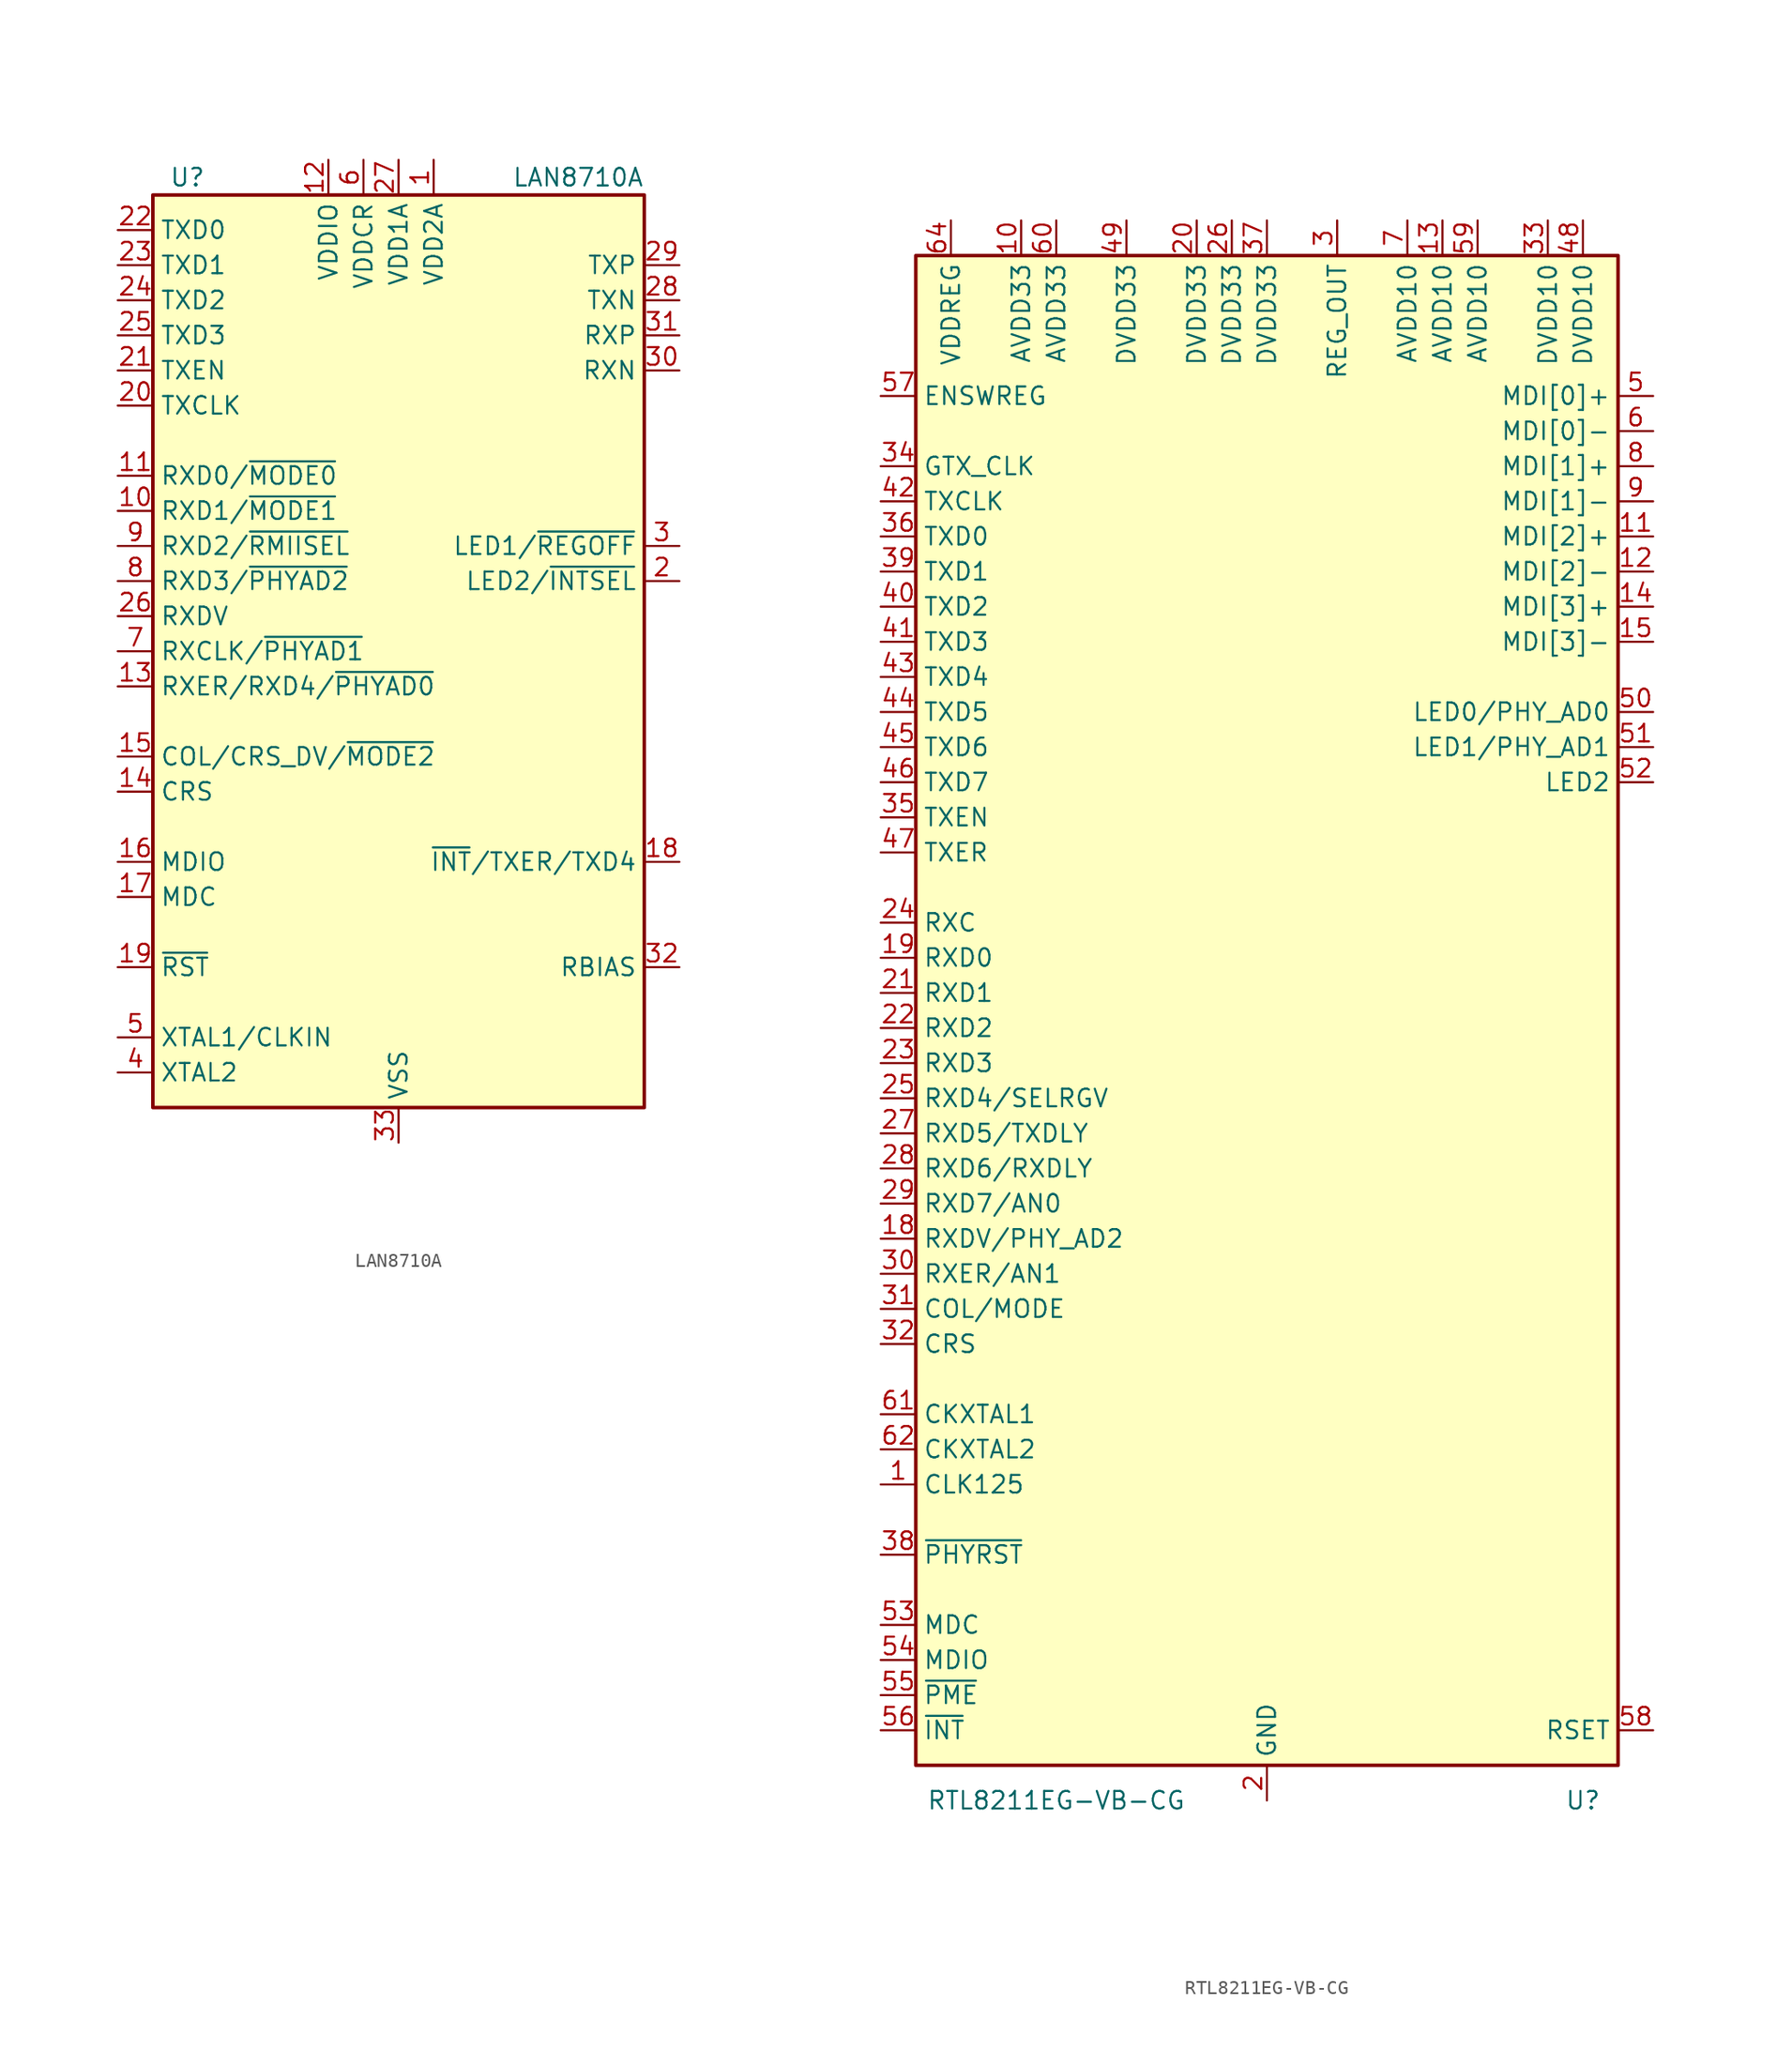
<source format=kicad_sym>
(kicad_symbol_lib
  (version 20201005)
  (generator kicad_symbol_editor)
  (symbol "LAN8710A"
    (property "Reference" "U"
      (at -13.97 34.29 0)
      (effects (font (size 1.27 1.27)) (justify right)))
    (property "Value" "LAN8710A"
      (at 17.78 34.29 0)
      (effects (font (size 1.27 1.27)) (justify right)))
    (symbol "LAN8710A_0_1"
      (rectangle (start -17.78 33.02) (end 17.78 -33.02) (stroke (width 0.254)) (fill (type background))))
    (symbol "LAN8710A_1_1"
      (pin power_in line (at 2.54 35.56 270) (length 2.54) (name "VDD2A" (effects (font (size 1.27 1.27)))) (number "1" (effects (font (size 1.27 1.27)))))
      (pin bidirectional line (at -20.32 10.16 0) (length 2.54) (name "RXD1/~MODE1" (effects (font (size 1.27 1.27)))) (number "10" (effects (font (size 1.27 1.27)))))
      (pin bidirectional line (at -20.32 12.7 0) (length 2.54) (name "RXD0/~MODE0" (effects (font (size 1.27 1.27)))) (number "11" (effects (font (size 1.27 1.27)))))
      (pin power_in line (at -5.08 35.56 270) (length 2.54) (name "VDDIO" (effects (font (size 1.27 1.27)))) (number "12" (effects (font (size 1.27 1.27)))))
      (pin bidirectional line (at -20.32 -2.54 0) (length 2.54) (name "RXER/RXD4/~PHYAD0" (effects (font (size 1.27 1.27)))) (number "13" (effects (font (size 1.27 1.27)))))
      (pin output line (at -20.32 -10.16 0) (length 2.54) (name "CRS" (effects (font (size 1.27 1.27)))) (number "14" (effects (font (size 1.27 1.27)))))
      (pin bidirectional line (at -20.32 -7.62 0) (length 2.54) (name "COL/CRS_DV/~MODE2" (effects (font (size 1.27 1.27)))) (number "15" (effects (font (size 1.27 1.27)))))
      (pin bidirectional line (at -20.32 -15.24 0) (length 2.54) (name "MDIO" (effects (font (size 1.27 1.27)))) (number "16" (effects (font (size 1.27 1.27)))))
      (pin input line (at -20.32 -17.78 0) (length 2.54) (name "MDC" (effects (font (size 1.27 1.27)))) (number "17" (effects (font (size 1.27 1.27)))))
      (pin bidirectional line (at 20.32 -15.24 180) (length 2.54) (name "~INT~/TXER/TXD4" (effects (font (size 1.27 1.27)))) (number "18" (effects (font (size 1.27 1.27)))))
      (pin input line (at -20.32 -22.86 0) (length 2.54) (name "~RST" (effects (font (size 1.27 1.27)))) (number "19" (effects (font (size 1.27 1.27)))))
      (pin bidirectional line (at 20.32 5.08 180) (length 2.54) (name "LED2/~INTSEL" (effects (font (size 1.27 1.27)))) (number "2" (effects (font (size 1.27 1.27)))))
      (pin output line (at -20.32 17.78 0) (length 2.54) (name "TXCLK" (effects (font (size 1.27 1.27)))) (number "20" (effects (font (size 1.27 1.27)))))
      (pin input line (at -20.32 20.32 0) (length 2.54) (name "TXEN" (effects (font (size 1.27 1.27)))) (number "21" (effects (font (size 1.27 1.27)))))
      (pin input line (at -20.32 30.48 0) (length 2.54) (name "TXD0" (effects (font (size 1.27 1.27)))) (number "22" (effects (font (size 1.27 1.27)))))
      (pin input line (at -20.32 27.94 0) (length 2.54) (name "TXD1" (effects (font (size 1.27 1.27)))) (number "23" (effects (font (size 1.27 1.27)))))
      (pin input line (at -20.32 25.4 0) (length 2.54) (name "TXD2" (effects (font (size 1.27 1.27)))) (number "24" (effects (font (size 1.27 1.27)))))
      (pin input line (at -20.32 22.86 0) (length 2.54) (name "TXD3" (effects (font (size 1.27 1.27)))) (number "25" (effects (font (size 1.27 1.27)))))
      (pin output line (at -20.32 2.54 0) (length 2.54) (name "RXDV" (effects (font (size 1.27 1.27)))) (number "26" (effects (font (size 1.27 1.27)))))
      (pin power_in line (at 0 35.56 270) (length 2.54) (name "VDD1A" (effects (font (size 1.27 1.27)))) (number "27" (effects (font (size 1.27 1.27)))))
      (pin bidirectional line (at 20.32 25.4 180) (length 2.54) (name "TXN" (effects (font (size 1.27 1.27)))) (number "28" (effects (font (size 1.27 1.27)))))
      (pin bidirectional line (at 20.32 27.94 180) (length 2.54) (name "TXP" (effects (font (size 1.27 1.27)))) (number "29" (effects (font (size 1.27 1.27)))))
      (pin bidirectional line (at 20.32 7.62 180) (length 2.54) (name "LED1/~REGOFF" (effects (font (size 1.27 1.27)))) (number "3" (effects (font (size 1.27 1.27)))))
      (pin bidirectional line (at 20.32 20.32 180) (length 2.54) (name "RXN" (effects (font (size 1.27 1.27)))) (number "30" (effects (font (size 1.27 1.27)))))
      (pin bidirectional line (at 20.32 22.86 180) (length 2.54) (name "RXP" (effects (font (size 1.27 1.27)))) (number "31" (effects (font (size 1.27 1.27)))))
      (pin passive line (at 20.32 -22.86 180) (length 2.54) (name "RBIAS" (effects (font (size 1.27 1.27)))) (number "32" (effects (font (size 1.27 1.27)))))
      (pin power_in line (at 0 -35.56 90) (length 2.54) (name "VSS" (effects (font (size 1.27 1.27)))) (number "33" (effects (font (size 1.27 1.27)))))
      (pin output line (at -20.32 -30.48 0) (length 2.54) (name "XTAL2" (effects (font (size 1.27 1.27)))) (number "4" (effects (font (size 1.27 1.27)))))
      (pin input line (at -20.32 -27.94 0) (length 2.54) (name "XTAL1/CLKIN" (effects (font (size 1.27 1.27)))) (number "5" (effects (font (size 1.27 1.27)))))
      (pin power_in line (at -2.54 35.56 270) (length 2.54) (name "VDDCR" (effects (font (size 1.27 1.27)))) (number "6" (effects (font (size 1.27 1.27)))))
      (pin bidirectional line (at -20.32 0 0) (length 2.54) (name "RXCLK/~PHYAD1" (effects (font (size 1.27 1.27)))) (number "7" (effects (font (size 1.27 1.27)))))
      (pin bidirectional line (at -20.32 5.08 0) (length 2.54) (name "RXD3/~PHYAD2" (effects (font (size 1.27 1.27)))) (number "8" (effects (font (size 1.27 1.27)))))
      (pin bidirectional line (at -20.32 7.62 0) (length 2.54) (name "RXD2/~RMIISEL" (effects (font (size 1.27 1.27)))) (number "9" (effects (font (size 1.27 1.27)))))))
  (symbol "RTL8211EG-VB-CG"
    (property "Reference" "U"
      (at 22.86 -58.42 0)
      (effects (font (size 1.27 1.27))))
    (property "Value" "RTL8211EG-VB-CG"
      (at -15.24 -58.42 0)
      (effects (font (size 1.27 1.27))))
    (symbol "RTL8211EG-VB-CG_0_1"
      (rectangle (start -25.4 53.34) (end 25.4 -55.88) (stroke (width 0.254)) (fill (type background))))
    (symbol "RTL8211EG-VB-CG_1_1"
      (pin output line (at -27.94 -35.56 0) (length 2.54) (name "CLK125" (effects (font (size 1.27 1.27)))) (number "1" (effects (font (size 1.27 1.27)))))
      (pin power_in line (at -17.78 55.88 270) (length 2.54) (name "AVDD33" (effects (font (size 1.27 1.27)))) (number "10" (effects (font (size 1.27 1.27)))))
      (pin bidirectional line (at 27.94 33.02 180) (length 2.54) (name "MDI[2]+" (effects (font (size 1.27 1.27)))) (number "11" (effects (font (size 1.27 1.27)))))
      (pin bidirectional line (at 27.94 30.48 180) (length 2.54) (name "MDI[2]-" (effects (font (size 1.27 1.27)))) (number "12" (effects (font (size 1.27 1.27)))))
      (pin power_in line (at 12.7 55.88 270) (length 2.54) (name "AVDD10" (effects (font (size 1.27 1.27)))) (number "13" (effects (font (size 1.27 1.27)))))
      (pin bidirectional line (at 27.94 27.94 180) (length 2.54) (name "MDI[3]+" (effects (font (size 1.27 1.27)))) (number "14" (effects (font (size 1.27 1.27)))))
      (pin bidirectional line (at 27.94 25.4 180) (length 2.54) (name "MDI[3]-" (effects (font (size 1.27 1.27)))) (number "15" (effects (font (size 1.27 1.27)))))
      (pin no_connect line (at 25.4 5.08 180) (length 2.54) hide (name "NC" (effects (font (size 1.27 1.27)))) (number "16" (effects (font (size 1.27 1.27)))))
      (pin no_connect line (at 25.4 2.54 180) (length 2.54) hide (name "NC" (effects (font (size 1.27 1.27)))) (number "17" (effects (font (size 1.27 1.27)))))
      (pin bidirectional line (at -27.94 -17.78 0) (length 2.54) (name "RXDV/PHY_AD2" (effects (font (size 1.27 1.27)))) (number "18" (effects (font (size 1.27 1.27)))))
      (pin output line (at -27.94 2.54 0) (length 2.54) (name "RXD0" (effects (font (size 1.27 1.27)))) (number "19" (effects (font (size 1.27 1.27)))))
      (pin power_in line (at 0 -58.42 90) (length 2.54) (name "GND" (effects (font (size 1.27 1.27)))) (number "2" (effects (font (size 1.27 1.27)))))
      (pin power_in line (at -5.08 55.88 270) (length 2.54) (name "DVDD33" (effects (font (size 1.27 1.27)))) (number "20" (effects (font (size 1.27 1.27)))))
      (pin output line (at -27.94 0 0) (length 2.54) (name "RXD1" (effects (font (size 1.27 1.27)))) (number "21" (effects (font (size 1.27 1.27)))))
      (pin output line (at -27.94 -2.54 0) (length 2.54) (name "RXD2" (effects (font (size 1.27 1.27)))) (number "22" (effects (font (size 1.27 1.27)))))
      (pin output line (at -27.94 -5.08 0) (length 2.54) (name "RXD3" (effects (font (size 1.27 1.27)))) (number "23" (effects (font (size 1.27 1.27)))))
      (pin output line (at -27.94 5.08 0) (length 2.54) (name "RXC" (effects (font (size 1.27 1.27)))) (number "24" (effects (font (size 1.27 1.27)))))
      (pin bidirectional line (at -27.94 -7.62 0) (length 2.54) (name "RXD4/SELRGV" (effects (font (size 1.27 1.27)))) (number "25" (effects (font (size 1.27 1.27)))))
      (pin power_in line (at -2.54 55.88 270) (length 2.54) (name "DVDD33" (effects (font (size 1.27 1.27)))) (number "26" (effects (font (size 1.27 1.27)))))
      (pin bidirectional line (at -27.94 -10.16 0) (length 2.54) (name "RXD5/TXDLY" (effects (font (size 1.27 1.27)))) (number "27" (effects (font (size 1.27 1.27)))))
      (pin bidirectional line (at -27.94 -12.7 0) (length 2.54) (name "RXD6/RXDLY" (effects (font (size 1.27 1.27)))) (number "28" (effects (font (size 1.27 1.27)))))
      (pin bidirectional line (at -27.94 -15.24 0) (length 2.54) (name "RXD7/AN0" (effects (font (size 1.27 1.27)))) (number "29" (effects (font (size 1.27 1.27)))))
      (pin power_out line (at 5.08 55.88 270) (length 2.54) (name "REG_OUT" (effects (font (size 1.27 1.27)))) (number "3" (effects (font (size 1.27 1.27)))))
      (pin bidirectional line (at -27.94 -20.32 0) (length 2.54) (name "RXER/AN1" (effects (font (size 1.27 1.27)))) (number "30" (effects (font (size 1.27 1.27)))))
      (pin bidirectional line (at -27.94 -22.86 0) (length 2.54) (name "COL/MODE" (effects (font (size 1.27 1.27)))) (number "31" (effects (font (size 1.27 1.27)))))
      (pin output line (at -27.94 -25.4 0) (length 2.54) (name "CRS" (effects (font (size 1.27 1.27)))) (number "32" (effects (font (size 1.27 1.27)))))
      (pin power_in line (at 20.32 55.88 270) (length 2.54) (name "DVDD10" (effects (font (size 1.27 1.27)))) (number "33" (effects (font (size 1.27 1.27)))))
      (pin input line (at -27.94 38.1 0) (length 2.54) (name "GTX_CLK" (effects (font (size 1.27 1.27)))) (number "34" (effects (font (size 1.27 1.27)))))
      (pin input line (at -27.94 12.7 0) (length 2.54) (name "TXEN" (effects (font (size 1.27 1.27)))) (number "35" (effects (font (size 1.27 1.27)))))
      (pin input line (at -27.94 33.02 0) (length 2.54) (name "TXD0" (effects (font (size 1.27 1.27)))) (number "36" (effects (font (size 1.27 1.27)))))
      (pin power_in line (at 0 55.88 270) (length 2.54) (name "DVDD33" (effects (font (size 1.27 1.27)))) (number "37" (effects (font (size 1.27 1.27)))))
      (pin input line (at -27.94 -40.64 0) (length 2.54) (name "~PHYRST" (effects (font (size 1.27 1.27)))) (number "38" (effects (font (size 1.27 1.27)))))
      (pin input line (at -27.94 30.48 0) (length 2.54) (name "TXD1" (effects (font (size 1.27 1.27)))) (number "39" (effects (font (size 1.27 1.27)))))
      (pin passive line (at 0 -58.42 90) (length 2.54) hide (name "GND" (effects (font (size 1.27 1.27)))) (number "4" (effects (font (size 1.27 1.27)))))
      (pin input line (at -27.94 27.94 0) (length 2.54) (name "TXD2" (effects (font (size 1.27 1.27)))) (number "40" (effects (font (size 1.27 1.27)))))
      (pin input line (at -27.94 25.4 0) (length 2.54) (name "TXD3" (effects (font (size 1.27 1.27)))) (number "41" (effects (font (size 1.27 1.27)))))
      (pin output line (at -27.94 35.56 0) (length 2.54) (name "TXCLK" (effects (font (size 1.27 1.27)))) (number "42" (effects (font (size 1.27 1.27)))))
      (pin input line (at -27.94 22.86 0) (length 2.54) (name "TXD4" (effects (font (size 1.27 1.27)))) (number "43" (effects (font (size 1.27 1.27)))))
      (pin input line (at -27.94 20.32 0) (length 2.54) (name "TXD5" (effects (font (size 1.27 1.27)))) (number "44" (effects (font (size 1.27 1.27)))))
      (pin input line (at -27.94 17.78 0) (length 2.54) (name "TXD6" (effects (font (size 1.27 1.27)))) (number "45" (effects (font (size 1.27 1.27)))))
      (pin input line (at -27.94 15.24 0) (length 2.54) (name "TXD7" (effects (font (size 1.27 1.27)))) (number "46" (effects (font (size 1.27 1.27)))))
      (pin input line (at -27.94 10.16 0) (length 2.54) (name "TXER" (effects (font (size 1.27 1.27)))) (number "47" (effects (font (size 1.27 1.27)))))
      (pin power_in line (at 22.86 55.88 270) (length 2.54) (name "DVDD10" (effects (font (size 1.27 1.27)))) (number "48" (effects (font (size 1.27 1.27)))))
      (pin power_in line (at -10.16 55.88 270) (length 2.54) (name "DVDD33" (effects (font (size 1.27 1.27)))) (number "49" (effects (font (size 1.27 1.27)))))
      (pin bidirectional line (at 27.94 43.18 180) (length 2.54) (name "MDI[0]+" (effects (font (size 1.27 1.27)))) (number "5" (effects (font (size 1.27 1.27)))))
      (pin bidirectional line (at 27.94 20.32 180) (length 2.54) (name "LED0/PHY_AD0" (effects (font (size 1.27 1.27)))) (number "50" (effects (font (size 1.27 1.27)))))
      (pin bidirectional line (at 27.94 17.78 180) (length 2.54) (name "LED1/PHY_AD1" (effects (font (size 1.27 1.27)))) (number "51" (effects (font (size 1.27 1.27)))))
      (pin bidirectional line (at 27.94 15.24 180) (length 2.54) (name "LED2" (effects (font (size 1.27 1.27)))) (number "52" (effects (font (size 1.27 1.27)))))
      (pin input line (at -27.94 -45.72 0) (length 2.54) (name "MDC" (effects (font (size 1.27 1.27)))) (number "53" (effects (font (size 1.27 1.27)))))
      (pin bidirectional line (at -27.94 -48.26 0) (length 2.54) (name "MDIO" (effects (font (size 1.27 1.27)))) (number "54" (effects (font (size 1.27 1.27)))))
      (pin open_collector line (at -27.94 -50.8 0) (length 2.54) (name "~PME" (effects (font (size 1.27 1.27)))) (number "55" (effects (font (size 1.27 1.27)))))
      (pin open_collector line (at -27.94 -53.34 0) (length 2.54) (name "~INT" (effects (font (size 1.27 1.27)))) (number "56" (effects (font (size 1.27 1.27)))))
      (pin input line (at -27.94 43.18 0) (length 2.54) (name "ENSWREG" (effects (font (size 1.27 1.27)))) (number "57" (effects (font (size 1.27 1.27)))))
      (pin passive line (at 27.94 -53.34 180) (length 2.54) (name "RSET" (effects (font (size 1.27 1.27)))) (number "58" (effects (font (size 1.27 1.27)))))
      (pin power_in line (at 15.24 55.88 270) (length 2.54) (name "AVDD10" (effects (font (size 1.27 1.27)))) (number "59" (effects (font (size 1.27 1.27)))))
      (pin bidirectional line (at 27.94 40.64 180) (length 2.54) (name "MDI[0]-" (effects (font (size 1.27 1.27)))) (number "6" (effects (font (size 1.27 1.27)))))
      (pin power_in line (at -15.24 55.88 270) (length 2.54) (name "AVDD33" (effects (font (size 1.27 1.27)))) (number "60" (effects (font (size 1.27 1.27)))))
      (pin input line (at -27.94 -30.48 0) (length 2.54) (name "CKXTAL1" (effects (font (size 1.27 1.27)))) (number "61" (effects (font (size 1.27 1.27)))))
      (pin output line (at -27.94 -33.02 0) (length 2.54) (name "CKXTAL2" (effects (font (size 1.27 1.27)))) (number "62" (effects (font (size 1.27 1.27)))))
      (pin passive line (at 0 -58.42 90) (length 2.54) hide (name "GND" (effects (font (size 1.27 1.27)))) (number "63" (effects (font (size 1.27 1.27)))))
      (pin power_in line (at -22.86 55.88 270) (length 2.54) (name "VDDREG" (effects (font (size 1.27 1.27)))) (number "64" (effects (font (size 1.27 1.27)))))
      (pin passive line (at 0 -58.42 90) (length 2.54) hide (name "GND" (effects (font (size 1.27 1.27)))) (number "65" (effects (font (size 1.27 1.27)))))
      (pin power_in line (at 10.16 55.88 270) (length 2.54) (name "AVDD10" (effects (font (size 1.27 1.27)))) (number "7" (effects (font (size 1.27 1.27)))))
      (pin bidirectional line (at 27.94 38.1 180) (length 2.54) (name "MDI[1]+" (effects (font (size 1.27 1.27)))) (number "8" (effects (font (size 1.27 1.27)))))
      (pin bidirectional line (at 27.94 35.56 180) (length 2.54) (name "MDI[1]-" (effects (font (size 1.27 1.27)))) (number "9" (effects (font (size 1.27 1.27))))))))
</source>
